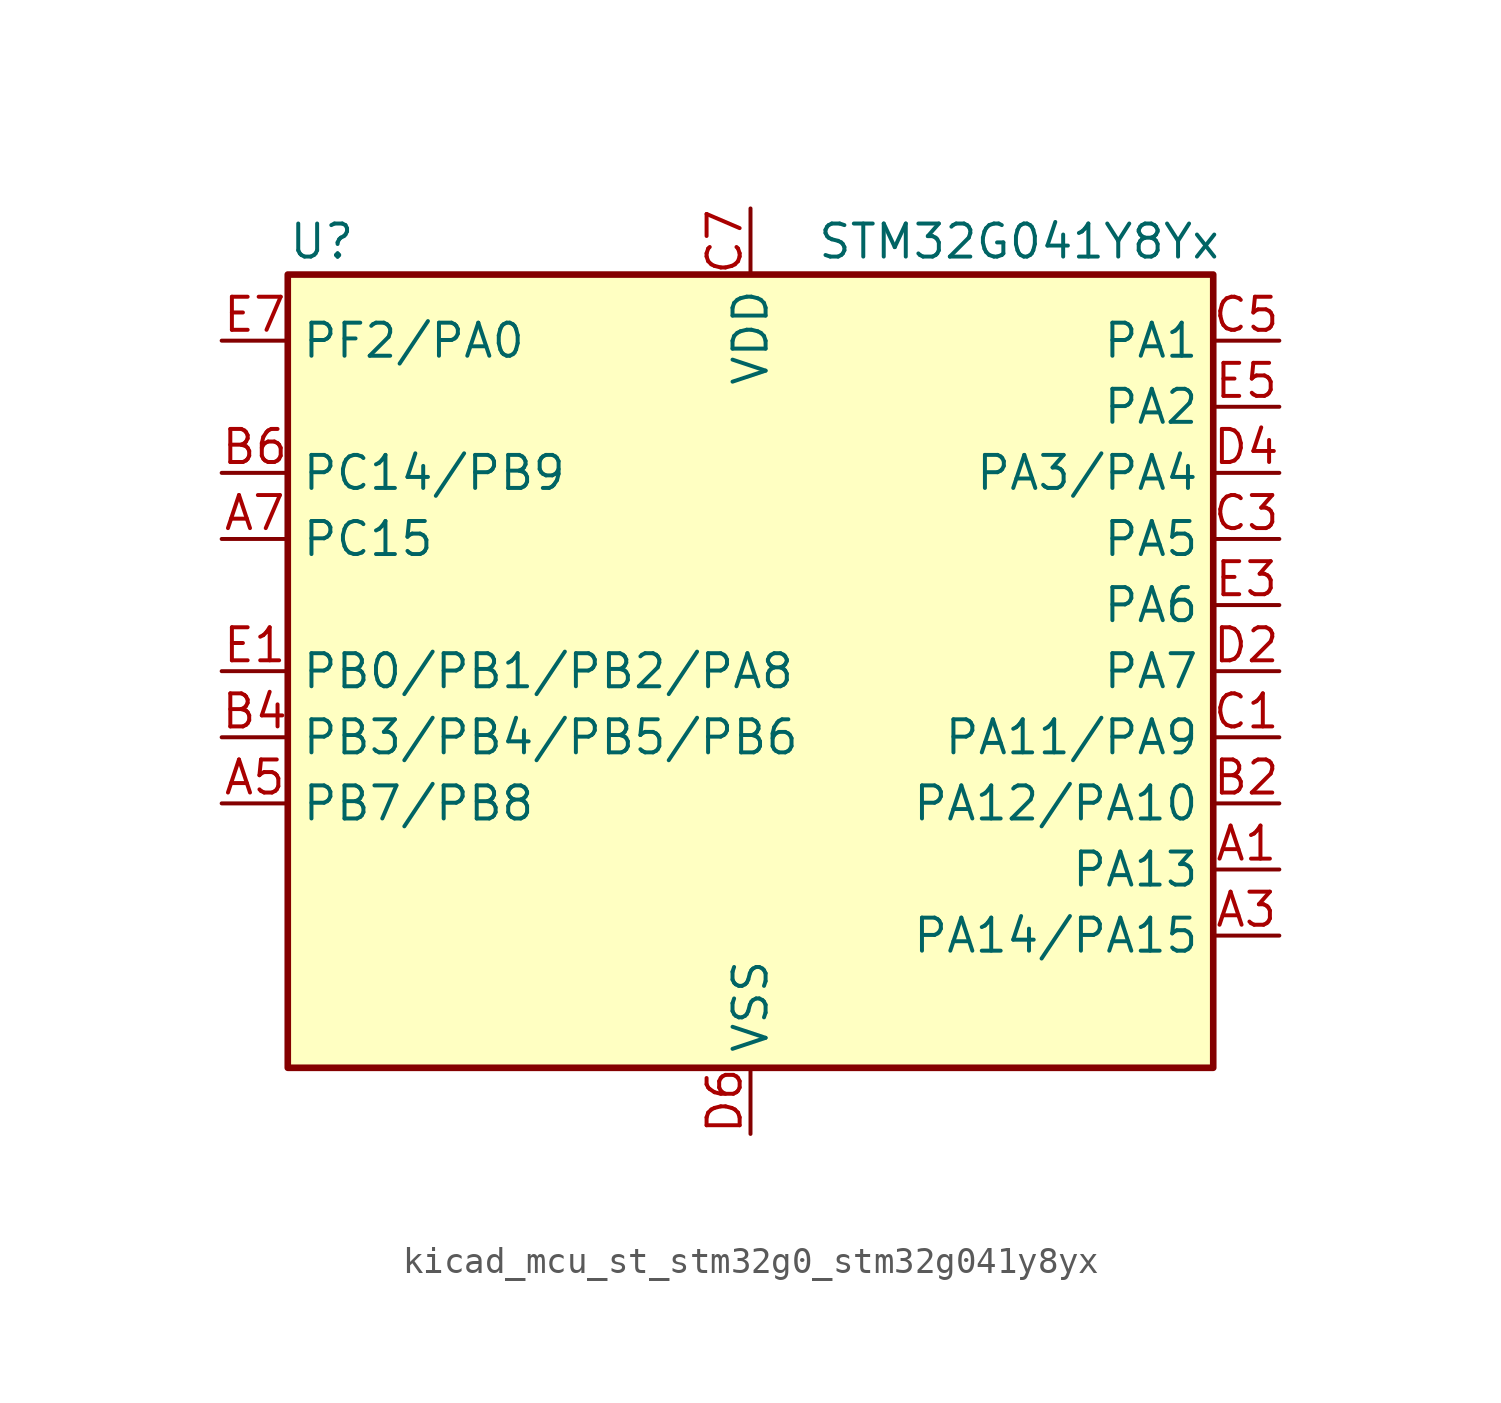
<source format=kicad_sym>
(kicad_symbol_lib
  (version 20220914)
  (generator kicad_symbol_editor)
  (symbol "kicad_mcu_st_stm32g0_stm32g041y8yx"
    (property "Reference" "U"
      (at -17.78 16.51 0)
      (effects (font (size 1.27 1.27)) (justify left)))
    (property "Value" "STM32G041Y8Yx"
      (at 2.54 16.51 0)
      (effects (font (size 1.27 1.27)) (justify left)))
    (property "ki_locked" ""
      (at 0 0 0)
      (effects (font (size 1.27 1.27))))
    (symbol "kicad_mcu_st_stm32g0_stm32g041y8yx_0_1"
      (rectangle (start -17.78 -15.24) (end 17.78 15.24) (stroke (width 0.254) (type default)) (fill (type background))))
    (symbol "kicad_mcu_st_stm32g0_stm32g041y8yx_1_1"
      (pin bidirectional line (at 20.32 -7.62 180) (length 2.54) (name "PA13" (effects (font (size 1.27 1.27)))) (number "A1" (effects (font (size 1.27 1.27)))) (alternate "ADC1_IN17" bidirectional line) (alternate "IR_OUT" bidirectional line) (alternate "SYS_SWDIO" bidirectional line))
      (pin bidirectional line (at 20.32 -10.16 180) (length 2.54) (name "PA14/PA15" (effects (font (size 1.27 1.27)))) (number "A3" (effects (font (size 1.27 1.27)))) (alternate "ADC1_IN18" bidirectional line) (alternate "SYS_SWCLK" bidirectional line) (alternate "USART2_TX" bidirectional line))
      (pin bidirectional line (at -20.32 -5.08 0) (length 2.54) (name "PB7/PB8" (effects (font (size 1.27 1.27)))) (number "A5" (effects (font (size 1.27 1.27)))) (alternate "ADC1_IN11" bidirectional line) (alternate "I2C1_SDA" bidirectional line) (alternate "LPTIM1_IN2" bidirectional line) (alternate "SPI2_MOSI" bidirectional line) (alternate "SYS_PVD_IN" bidirectional line) (alternate "TIM17_CH1N" bidirectional line) (alternate "USART1_RX" bidirectional line))
      (pin bidirectional line (at -20.32 5.08 0) (length 2.54) (name "PC15" (effects (font (size 1.27 1.27)))) (number "A7" (effects (font (size 1.27 1.27)))) (alternate "RCC_OSC32_EN" bidirectional line) (alternate "RCC_OSC32_OUT" bidirectional line) (alternate "RCC_OSC_EN" bidirectional line))
      (pin bidirectional line (at 20.32 -5.08 180) (length 2.54) (name "PA12/PA10" (effects (font (size 1.27 1.27)))) (number "B2" (effects (font (size 1.27 1.27)))) (alternate "ADC1_IN16" bidirectional line) (alternate "I2C2_SDA" bidirectional line) (alternate "I2S1_SD" bidirectional line) (alternate "I2S_CKIN" bidirectional line) (alternate "SPI1_MOSI" bidirectional line) (alternate "TIM1_ETR" bidirectional line) (alternate "USART1_CK" bidirectional line) (alternate "USART1_DE" bidirectional line) (alternate "USART1_RTS" bidirectional line))
      (pin bidirectional line (at -20.32 -2.54 0) (length 2.54) (name "PB3/PB4/PB5/PB6" (effects (font (size 1.27 1.27)))) (number "B4" (effects (font (size 1.27 1.27)))) (alternate "I2S1_CK" bidirectional line) (alternate "SPI1_SCK" bidirectional line) (alternate "TIM1_CH2" bidirectional line) (alternate "TIM2_CH2" bidirectional line) (alternate "USART1_CK" bidirectional line) (alternate "USART1_DE" bidirectional line) (alternate "USART1_RTS" bidirectional line))
      (pin bidirectional line (at -20.32 7.62 0) (length 2.54) (name "PC14/PB9" (effects (font (size 1.27 1.27)))) (number "B6" (effects (font (size 1.27 1.27)))) (alternate "RCC_OSC32_IN" bidirectional line) (alternate "RCC_OSC_IN" bidirectional line) (alternate "TIM1_BK2" bidirectional line))
      (pin bidirectional line (at 20.32 -2.54 180) (length 2.54) (name "PA11/PA9" (effects (font (size 1.27 1.27)))) (number "C1" (effects (font (size 1.27 1.27)))) (alternate "ADC1_EXTI11" bidirectional line) (alternate "ADC1_IN15" bidirectional line) (alternate "I2C2_SCL" bidirectional line) (alternate "I2S1_MCK" bidirectional line) (alternate "SPI1_MISO" bidirectional line) (alternate "TIM1_BK2" bidirectional line) (alternate "TIM1_CH4" bidirectional line) (alternate "USART1_CTS" bidirectional line) (alternate "USART1_NSS" bidirectional line))
      (pin bidirectional line (at 20.32 5.08 180) (length 2.54) (name "PA5" (effects (font (size 1.27 1.27)))) (number "C3" (effects (font (size 1.27 1.27)))) (alternate "ADC1_IN5" bidirectional line) (alternate "I2S1_CK" bidirectional line) (alternate "LPTIM2_ETR" bidirectional line) (alternate "SPI1_SCK" bidirectional line) (alternate "TIM2_CH1" bidirectional line) (alternate "TIM2_ETR" bidirectional line))
      (pin bidirectional line (at 20.32 12.7 180) (length 2.54) (name "PA1" (effects (font (size 1.27 1.27)))) (number "C5" (effects (font (size 1.27 1.27)))) (alternate "ADC1_IN1" bidirectional line) (alternate "I2C1_SMBA" bidirectional line) (alternate "I2S1_CK" bidirectional line) (alternate "SPI1_SCK" bidirectional line) (alternate "TIM2_CH2" bidirectional line) (alternate "USART2_CK" bidirectional line) (alternate "USART2_DE" bidirectional line) (alternate "USART2_RTS" bidirectional line))
      (pin power_in line (at 0 17.78 270) (length 2.54) (name "VDD" (effects (font (size 1.27 1.27)))) (number "C7" (effects (font (size 1.27 1.27)))))
      (pin bidirectional line (at 20.32 0 180) (length 2.54) (name "PA7" (effects (font (size 1.27 1.27)))) (number "D2" (effects (font (size 1.27 1.27)))) (alternate "ADC1_IN7" bidirectional line) (alternate "I2S1_SD" bidirectional line) (alternate "SPI1_MOSI" bidirectional line) (alternate "TIM14_CH1" bidirectional line) (alternate "TIM17_CH1" bidirectional line) (alternate "TIM1_CH1N" bidirectional line) (alternate "TIM3_CH2" bidirectional line))
      (pin bidirectional line (at 20.32 7.62 180) (length 2.54) (name "PA3/PA4" (effects (font (size 1.27 1.27)))) (number "D4" (effects (font (size 1.27 1.27)))) (alternate "ADC1_IN3" bidirectional line) (alternate "LPUART1_RX" bidirectional line) (alternate "SPI2_MISO" bidirectional line) (alternate "TIM2_CH4" bidirectional line) (alternate "USART2_RX" bidirectional line))
      (pin power_in line (at 0 -17.78 90) (length 2.54) (name "VSS" (effects (font (size 1.27 1.27)))) (number "D6" (effects (font (size 1.27 1.27)))))
      (pin bidirectional line (at -20.32 0 0) (length 2.54) (name "PB0/PB1/PB2/PA8" (effects (font (size 1.27 1.27)))) (number "E1" (effects (font (size 1.27 1.27)))) (alternate "ADC1_IN8" bidirectional line) (alternate "I2S1_WS" bidirectional line) (alternate "LPTIM1_OUT" bidirectional line) (alternate "SPI1_NSS" bidirectional line) (alternate "TIM1_CH2N" bidirectional line) (alternate "TIM3_CH3" bidirectional line))
      (pin bidirectional line (at 20.32 2.54 180) (length 2.54) (name "PA6" (effects (font (size 1.27 1.27)))) (number "E3" (effects (font (size 1.27 1.27)))) (alternate "ADC1_IN6" bidirectional line) (alternate "I2S1_MCK" bidirectional line) (alternate "LPUART1_CTS" bidirectional line) (alternate "SPI1_MISO" bidirectional line) (alternate "TIM16_CH1" bidirectional line) (alternate "TIM1_BK" bidirectional line) (alternate "TIM3_CH1" bidirectional line))
      (pin bidirectional line (at 20.32 10.16 180) (length 2.54) (name "PA2" (effects (font (size 1.27 1.27)))) (number "E5" (effects (font (size 1.27 1.27)))) (alternate "ADC1_IN2" bidirectional line) (alternate "I2S1_SD" bidirectional line) (alternate "LPUART1_TX" bidirectional line) (alternate "RCC_LSCO" bidirectional line) (alternate "SPI1_MOSI" bidirectional line) (alternate "SYS_WKUP4" bidirectional line) (alternate "TIM2_CH3" bidirectional line) (alternate "USART2_TX" bidirectional line))
      (pin bidirectional line (at -20.32 12.7 0) (length 2.54) (name "PF2/PA0" (effects (font (size 1.27 1.27)))) (number "E7" (effects (font (size 1.27 1.27)))) (alternate "RCC_MCO" bidirectional line)))))
</source>
